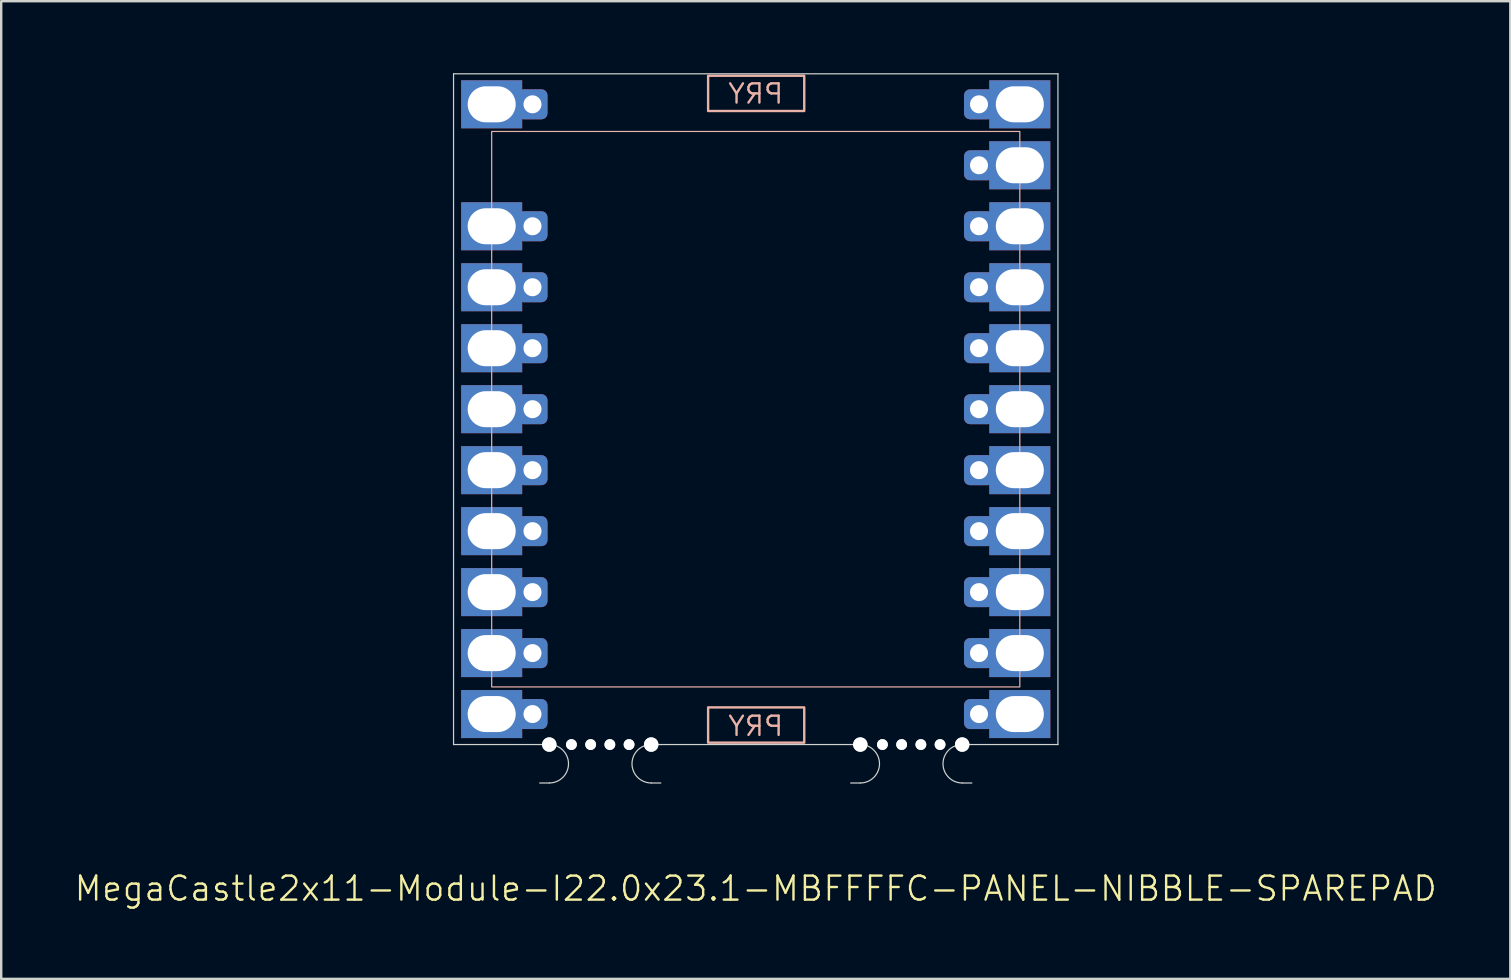
<source format=kicad_pcb>
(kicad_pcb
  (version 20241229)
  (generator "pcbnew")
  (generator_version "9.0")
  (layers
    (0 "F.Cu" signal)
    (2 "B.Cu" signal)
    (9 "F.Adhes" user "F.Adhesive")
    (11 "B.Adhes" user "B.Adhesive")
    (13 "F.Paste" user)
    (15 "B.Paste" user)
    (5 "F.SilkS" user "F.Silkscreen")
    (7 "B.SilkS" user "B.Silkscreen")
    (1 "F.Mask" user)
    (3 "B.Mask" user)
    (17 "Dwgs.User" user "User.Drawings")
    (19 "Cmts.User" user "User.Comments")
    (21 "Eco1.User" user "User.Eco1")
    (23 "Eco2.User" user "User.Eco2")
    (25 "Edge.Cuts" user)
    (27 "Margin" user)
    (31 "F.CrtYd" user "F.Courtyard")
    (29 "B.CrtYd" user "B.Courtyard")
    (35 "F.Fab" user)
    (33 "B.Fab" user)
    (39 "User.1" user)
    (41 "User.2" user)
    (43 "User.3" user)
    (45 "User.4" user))
  (footprint "MegaCastle2x11-Module-I22.0x23.1-MBFFFFC-PANEL-NIBBLE-SPAREPAD"
    (layer "F.Cu")
    (at 28.431 13.995)
    (property "Reference" "MegaCastle2x11-Module-I22.0x23.1-MBFFFFC-PANEL-NIBBLE-SPAREPAD" (at 0 19.97 0) (unlocked yes) (layer "F.SilkS") (effects (font (size 1 1) (thickness 0.1))))
    (attr smd)
    (fp_rect (start -11 11.57) (end 11 -11.57) (stroke (width 0.05) (type default)) (fill no) (layer "B.SilkS"))
    (fp_rect (start -1.984 -12.421) (end 2.02 -13.89) (stroke (width 0.1) (type default)) (fill no) (layer "B.SilkS"))
    (fp_rect (start -1.984 12.421) (end 2.02 13.89) (stroke (width 0.1) (type default)) (fill no) (layer "B.SilkS"))
    (fp_line (start -12.588 -13.97) (end -12.588 13.97) (stroke (width 0.05) (type default)) (layer "Edge.Cuts"))
    (fp_line (start -12.588 -13.97) (end 12.588 -13.97) (stroke (width 0.05) (type default)) (layer "Edge.Cuts"))
    (fp_line (start -12.588 13.97) (end -9 13.97) (stroke (width 0.05) (type default)) (layer "Edge.Cuts"))
    (fp_line (start -9 13.97) (end -8.6 13.97) (stroke (width 0.05) (type default)) (layer "Edge.Cuts"))
    (fp_line (start -9 15.57) (end -8.6 15.57) (stroke (width 0.05) (type default)) (layer "Edge.Cuts"))
    (fp_line (start -3.955 13.97) (end -4.355 13.97) (stroke (width 0.05) (type default)) (layer "Edge.Cuts"))
    (fp_line (start -3.955 13.97) (end 3.955 13.97) (stroke (width 0.05) (type default)) (layer "Edge.Cuts"))
    (fp_line (start -3.955 15.57) (end -4.355 15.57) (stroke (width 0.05) (type default)) (layer "Edge.Cuts"))
    (fp_line (start 3.955 13.97) (end 4.355 13.97) (stroke (width 0.05) (type default)) (layer "Edge.Cuts"))
    (fp_line (start 3.955 15.57) (end 4.355 15.57) (stroke (width 0.05) (type default)) (layer "Edge.Cuts"))
    (fp_line (start 9 13.97) (end 8.6 13.97) (stroke (width 0.05) (type default)) (layer "Edge.Cuts"))
    (fp_line (start 9 13.97) (end 12.588 13.97) (stroke (width 0.05) (type default)) (layer "Edge.Cuts"))
    (fp_line (start 9 15.57) (end 8.6 15.57) (stroke (width 0.05) (type default)) (layer "Edge.Cuts"))
    (fp_line (start 12.588 -13.97) (end 12.588 13.97) (stroke (width 0.05) (type default)) (layer "Edge.Cuts"))
    (fp_arc (start -8.6 13.97) (mid -7.8 14.77) (end -8.6 15.57) (stroke (width 0.05) (type default)) (layer "Edge.Cuts"))
    (fp_arc (start -4.355 15.57) (mid -5.155 14.77) (end -4.355 13.97) (stroke (width 0.05) (type default)) (layer "Edge.Cuts"))
    (fp_arc (start 4.355 13.97) (mid 5.155 14.77) (end 4.355 15.57) (stroke (width 0.05) (type default)) (layer "Edge.Cuts"))
    (fp_arc (start 8.6 15.57) (mid 7.8 14.77) (end 8.6 13.97) (stroke (width 0.05) (type default)) (layer "Edge.Cuts"))
    (fp_text user "PRY" (at 0 13.67 0) (unlocked yes) (layer "B.SilkS") (effects (font (size 0.8 0.8) (thickness 0.1)) (justify bottom mirror)))
    (fp_text user "PRY" (at 0 -12.67 0) (unlocked yes) (layer "B.SilkS") (effects (font (size 0.8 0.8) (thickness 0.1)) (justify bottom mirror)))
    (pad "" np_thru_hole circle (at -8.6 13.97) (size 0.6 0.6) (drill 0.6) (layers "*.Cu" "Edge.Cuts"))
    (pad "" np_thru_hole circle (at -7.678 13.97) (size 0.45 0.45) (drill 0.45) (layers "*.Cu" "Edge.Cuts"))
    (pad "" np_thru_hole circle (at -6.878 13.97) (size 0.45 0.45) (drill 0.45) (layers "*.Cu" "Edge.Cuts"))
    (pad "" np_thru_hole circle (at -6.077 13.97) (size 0.45 0.45) (drill 0.45) (layers "*.Cu" "Edge.Cuts"))
    (pad "" np_thru_hole circle (at -5.277 13.97) (size 0.45 0.45) (drill 0.45) (layers "*.Cu" "Edge.Cuts"))
    (pad "" np_thru_hole circle (at -4.355 13.97) (size 0.6 0.6) (drill 0.6) (layers "*.Cu" "Edge.Cuts"))
    (pad "" np_thru_hole circle (at 4.355 13.97) (size 0.6 0.6) (drill 0.6) (layers "*.Cu" "Edge.Cuts"))
    (pad "" np_thru_hole circle (at 5.277 13.97) (size 0.45 0.45) (drill 0.45) (layers "*.Cu" "Edge.Cuts"))
    (pad "" np_thru_hole circle (at 6.077 13.97) (size 0.45 0.45) (drill 0.45) (layers "*.Cu" "Edge.Cuts"))
    (pad "" np_thru_hole circle (at 6.878 13.97) (size 0.45 0.45) (drill 0.45) (layers "*.Cu" "Edge.Cuts"))
    (pad "" np_thru_hole circle (at 7.678 13.97) (size 0.45 0.45) (drill 0.45) (layers "*.Cu" "Edge.Cuts"))
    (pad "" np_thru_hole circle (at 8.6 13.97) (size 0.6 0.6) (drill 0.6) (layers "*.Cu" "Edge.Cuts"))
    (pad "1" thru_hole rect (at -11 -12.7) (size 2.54 2) (drill oval 2 1.5) (property pad_prop_castellated) (layers "*.Cu" "*.Mask"))
    (pad "1" thru_hole roundrect (at -9.3 -12.7 180) (size 1.25 1.25) (drill 0.75) (layers "*.Cu" "*.Mask") (roundrect_rratio 0.2))
    (pad "3" thru_hole rect (at -11 -7.62) (size 2.54 2) (drill oval 2 1.5) (property pad_prop_castellated) (layers "*.Cu" "*.Mask"))
    (pad "3" thru_hole roundrect (at -9.3 -7.62 180) (size 1.25 1.25) (drill 0.75) (layers "*.Cu" "*.Mask") (roundrect_rratio 0.2))
    (pad "4" thru_hole rect (at -11 -5.08) (size 2.54 2) (drill oval 2 1.5) (property pad_prop_castellated) (layers "*.Cu" "*.Mask"))
    (pad "4" thru_hole roundrect (at -9.3 -5.08 180) (size 1.25 1.25) (drill 0.75) (layers "*.Cu" "*.Mask") (roundrect_rratio 0.2))
    (pad "5" thru_hole rect (at -11 -2.54) (size 2.54 2) (drill oval 2 1.5) (property pad_prop_castellated) (layers "*.Cu" "*.Mask"))
    (pad "5" thru_hole roundrect (at -9.3 -2.54 180) (size 1.25 1.25) (drill 0.75) (layers "*.Cu" "*.Mask") (roundrect_rratio 0.2))
    (pad "6" thru_hole rect (at -11 0) (size 2.54 2) (drill oval 2 1.5) (property pad_prop_castellated) (layers "*.Cu" "*.Mask"))
    (pad "6" thru_hole roundrect (at -9.3 0 180) (size 1.25 1.25) (drill 0.75) (layers "*.Cu" "*.Mask") (roundrect_rratio 0.2))
    (pad "7" thru_hole rect (at -11 2.54) (size 2.54 2) (drill oval 2 1.5) (property pad_prop_castellated) (layers "*.Cu" "*.Mask"))
    (pad "7" thru_hole roundrect (at -9.3 2.54 180) (size 1.25 1.25) (drill 0.75) (layers "*.Cu" "*.Mask") (roundrect_rratio 0.2))
    (pad "8" thru_hole rect (at -11 5.08) (size 2.54 2) (drill oval 2 1.5) (property pad_prop_castellated) (layers "*.Cu" "*.Mask"))
    (pad "8" thru_hole roundrect (at -9.3 5.08 180) (size 1.25 1.25) (drill 0.75) (layers "*.Cu" "*.Mask") (roundrect_rratio 0.2))
    (pad "9" thru_hole rect (at -11 7.62) (size 2.54 2) (drill oval 2 1.5) (property pad_prop_castellated) (layers "*.Cu" "*.Mask"))
    (pad "9" thru_hole roundrect (at -9.3 7.62 180) (size 1.25 1.25) (drill 0.75) (layers "*.Cu" "*.Mask") (roundrect_rratio 0.2))
    (pad "10" thru_hole rect (at -11 10.16) (size 2.54 2) (drill oval 2 1.5) (property pad_prop_castellated) (layers "*.Cu" "*.Mask"))
    (pad "10" thru_hole roundrect (at -9.3 10.16 180) (size 1.25 1.25) (drill 0.75) (layers "*.Cu" "*.Mask") (roundrect_rratio 0.2))
    (pad "11" thru_hole rect (at -11 12.7) (size 2.54 2) (drill oval 2 1.5) (property pad_prop_castellated) (layers "*.Cu" "*.Mask"))
    (pad "11" thru_hole roundrect (at -9.3 12.7 180) (size 1.25 1.25) (drill 0.75) (layers "*.Cu" "*.Mask") (roundrect_rratio 0.2))
    (pad "12" thru_hole roundrect (at 9.3 -12.7 180) (size 1.25 1.25) (drill 0.75) (layers "*.Cu" "*.Mask") (roundrect_rratio 0.2))
    (pad "12" thru_hole rect (at 11 -12.7) (size 2.54 2) (drill oval 2 1.5) (property pad_prop_castellated) (layers "*.Cu" "*.Mask"))
    (pad "13" thru_hole roundrect (at 9.3 -10.16 180) (size 1.25 1.25) (drill 0.75) (layers "*.Cu" "*.Mask") (roundrect_rratio 0.2))
    (pad "13" thru_hole rect (at 11 -10.16) (size 2.54 2) (drill oval 2 1.5) (property pad_prop_castellated) (layers "*.Cu" "*.Mask"))
    (pad "14" thru_hole roundrect (at 9.3 -7.62 180) (size 1.25 1.25) (drill 0.75) (layers "*.Cu" "*.Mask") (roundrect_rratio 0.2))
    (pad "14" thru_hole rect (at 11 -7.62) (size 2.54 2) (drill oval 2 1.5) (property pad_prop_castellated) (layers "*.Cu" "*.Mask"))
    (pad "15" thru_hole roundrect (at 9.3 -5.08 180) (size 1.25 1.25) (drill 0.75) (layers "*.Cu" "*.Mask") (roundrect_rratio 0.2))
    (pad "15" thru_hole rect (at 11 -5.08) (size 2.54 2) (drill oval 2 1.5) (property pad_prop_castellated) (layers "*.Cu" "*.Mask"))
    (pad "16" thru_hole roundrect (at 9.3 -2.54 180) (size 1.25 1.25) (drill 0.75) (layers "*.Cu" "*.Mask") (roundrect_rratio 0.2))
    (pad "16" thru_hole rect (at 11 -2.54) (size 2.54 2) (drill oval 2 1.5) (property pad_prop_castellated) (layers "*.Cu" "*.Mask"))
    (pad "17" thru_hole roundrect (at 9.3 0 180) (size 1.25 1.25) (drill 0.75) (layers "*.Cu" "*.Mask") (roundrect_rratio 0.2))
    (pad "17" thru_hole rect (at 11 0) (size 2.54 2) (drill oval 2 1.5) (property pad_prop_castellated) (layers "*.Cu" "*.Mask"))
    (pad "18" thru_hole roundrect (at 9.3 2.54 180) (size 1.25 1.25) (drill 0.75) (layers "*.Cu" "*.Mask") (roundrect_rratio 0.2))
    (pad "18" thru_hole rect (at 11 2.54) (size 2.54 2) (drill oval 2 1.5) (property pad_prop_castellated) (layers "*.Cu" "*.Mask"))
    (pad "19" thru_hole roundrect (at 9.3 5.08 180) (size 1.25 1.25) (drill 0.75) (layers "*.Cu" "*.Mask") (roundrect_rratio 0.2))
    (pad "19" thru_hole rect (at 11 5.08) (size 2.54 2) (drill oval 2 1.5) (property pad_prop_castellated) (layers "*.Cu" "*.Mask"))
    (pad "20" thru_hole roundrect (at 9.3 7.62 180) (size 1.25 1.25) (drill 0.75) (layers "*.Cu" "*.Mask") (roundrect_rratio 0.2))
    (pad "20" thru_hole rect (at 11 7.62) (size 2.54 2) (drill oval 2 1.5) (property pad_prop_castellated) (layers "*.Cu" "*.Mask"))
    (pad "21" thru_hole roundrect (at 9.3 10.16 180) (size 1.25 1.25) (drill 0.75) (layers "*.Cu" "*.Mask") (roundrect_rratio 0.2))
    (pad "21" thru_hole rect (at 11 10.16) (size 2.54 2) (drill oval 2 1.5) (property pad_prop_castellated) (layers "*.Cu" "*.Mask"))
    (pad "22" thru_hole roundrect (at 9.3 12.7 180) (size 1.25 1.25) (drill 0.75) (layers "*.Cu" "*.Mask") (roundrect_rratio 0.2))
    (pad "22" thru_hole rect (at 11 12.7) (size 2.54 2) (drill oval 2 1.5) (property pad_prop_castellated) (layers "*.Cu" "*.Mask"))
    (zone (net_name "") (layer "B.Cu") (hatch edge 0.5) (connect_pads) (min_thickness 0.25) (filled_areas_thickness no) (keepout (tracks allowed) (vias allowed) (pads allowed) (copperpour allowed) (footprints not_allowed)) (placement (enabled no)) (fill) (polygon (pts (xy 17.431 27.965) (xy 17.431 0.025))))
    (zone (net_name "") (layer "B.Cu") (hatch edge 0.5) (connect_pads) (min_thickness 0.25) (filled_areas_thickness no) (keepout (tracks allowed) (vias allowed) (pads allowed) (copperpour allowed) (footprints not_allowed)) (placement (enabled no)) (fill) (polygon (pts (xy 39.431 27.965) (xy 39.431 0.025))))
    (zone (net_name "") (layer "B.Cu") (hatch edge 0.5) (connect_pads) (min_thickness 0.25) (filled_areas_thickness no) (keepout (tracks allowed) (vias allowed) (pads allowed) (copperpour allowed) (footprints not_allowed)) (placement (enabled no)) (fill) (polygon (pts (xy 17.431 0.025) (xy 17.431 2.425) (xy 39.431 2.425) (xy 39.431 0.025))))
    (zone (net_name "") (layer "B.Cu") (hatch edge 0.5) (connect_pads) (min_thickness 0.25) (filled_areas_thickness no) (keepout (tracks allowed) (vias allowed) (pads allowed) (copperpour allowed) (footprints not_allowed)) (placement (enabled no)) (fill) (polygon (pts (xy 17.431 27.965) (xy 17.431 25.565) (xy 39.431 25.565) (xy 39.431 27.965))))
    (zone (net_name "") (layer "B.Cu") (name "Upper Pry Zone") (hatch edge 0.5) (connect_pads) (min_thickness 0.25) (filled_areas_thickness no) (keepout (tracks not_allowed) (vias not_allowed) (pads not_allowed) (copperpour allowed) (footprints not_allowed)) (placement (enabled no)) (fill) (polygon (pts (xy 26.447 1.574) (xy 26.447 0.105) (xy 30.45 0.105) (xy 30.45 1.574))))
    (zone (net_name "") (layer "B.Cu") (name "Upper Pry Zone") (hatch edge 0.5) (connect_pads) (min_thickness 0.25) (filled_areas_thickness no) (keepout (tracks not_allowed) (vias not_allowed) (pads not_allowed) (copperpour allowed) (footprints not_allowed)) (placement (enabled no)) (fill) (polygon (pts (xy 26.447 26.416) (xy 26.447 27.885) (xy 30.45 27.885) (xy 30.45 26.416)))))
  (gr_rect
    (start -3 -3)
    (end 59.862 37.725)
    (stroke (width 0.1) (type default))
    (fill no)
    (layer "Edge.Cuts")))
</source>
